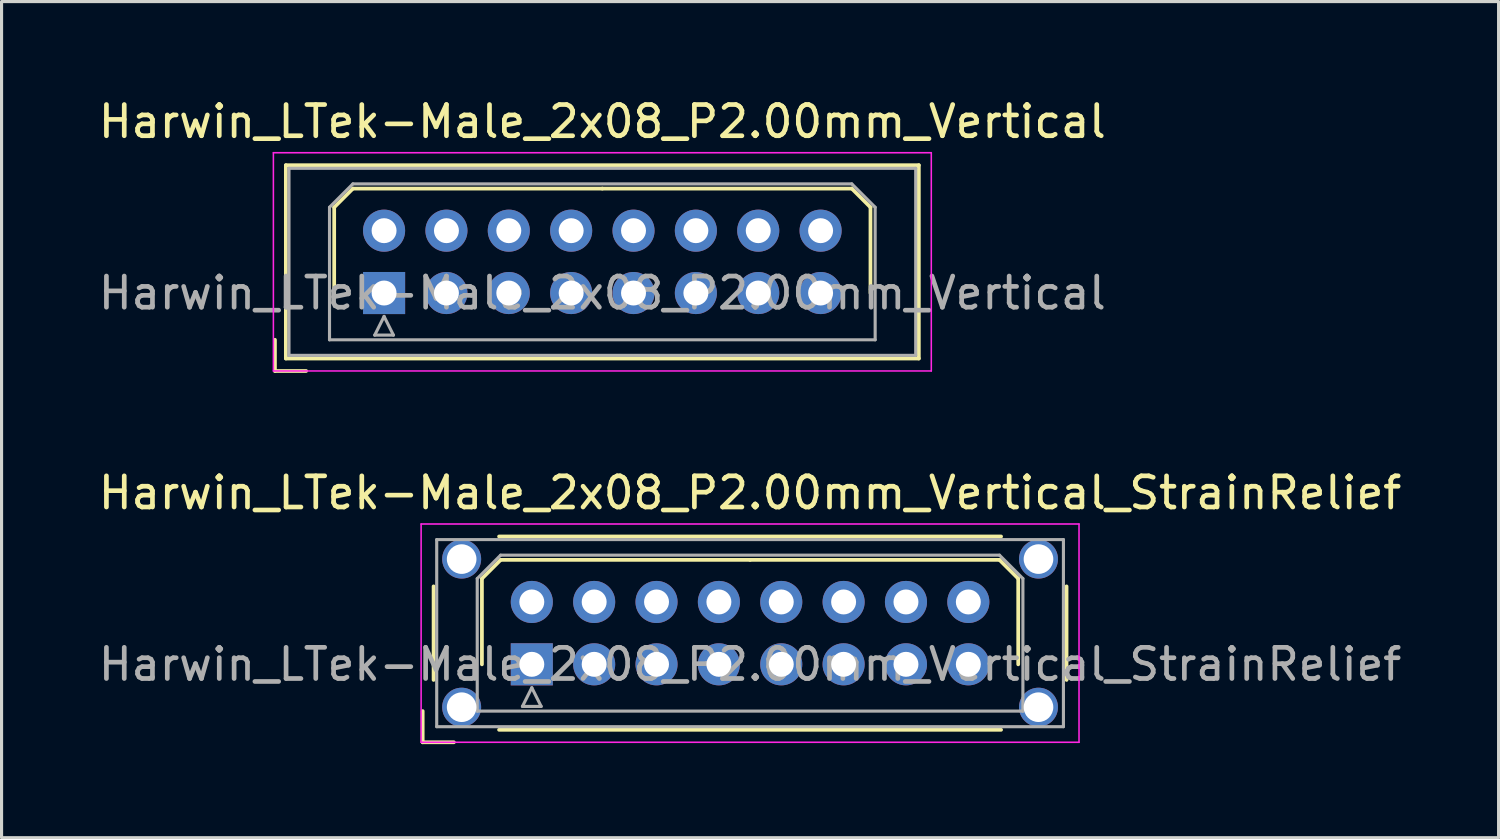
<source format=kicad_pcb>
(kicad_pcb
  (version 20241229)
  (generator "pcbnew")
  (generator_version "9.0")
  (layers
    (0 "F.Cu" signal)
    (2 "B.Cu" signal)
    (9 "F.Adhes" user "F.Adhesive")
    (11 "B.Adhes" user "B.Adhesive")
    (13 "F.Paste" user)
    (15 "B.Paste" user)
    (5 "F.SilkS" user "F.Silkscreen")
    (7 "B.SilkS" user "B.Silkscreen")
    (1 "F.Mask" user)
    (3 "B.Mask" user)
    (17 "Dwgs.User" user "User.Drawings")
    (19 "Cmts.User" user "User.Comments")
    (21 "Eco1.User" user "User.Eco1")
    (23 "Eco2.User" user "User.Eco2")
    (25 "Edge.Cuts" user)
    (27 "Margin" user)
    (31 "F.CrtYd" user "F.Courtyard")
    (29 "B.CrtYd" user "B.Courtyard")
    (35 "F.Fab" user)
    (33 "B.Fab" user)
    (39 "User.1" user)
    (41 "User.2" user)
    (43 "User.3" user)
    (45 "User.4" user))
  (footprint "Harwin_LTek-Male_2x08_P2.00mm_Vertical_StrainRelief"
    (layer "F.Cu")
    (at 14.006 18.256)
    (property "Reference" "Harwin_LTek-Male_2x08_P2.00mm_Vertical_StrainRelief" (at 7 -5.5 0) (layer "F.SilkS") (effects (font (size 1 1) (thickness 0.15))))
    (attr through_hole)
    (fp_line (start -3.5 1.5) (end -3.5 2.5) (stroke (width 0.12) (type solid)) (layer "F.SilkS"))
    (fp_line (start -3.5 2.5) (end -2.5 2.5) (stroke (width 0.12) (type solid)) (layer "F.SilkS"))
    (fp_line (start -3.15 -2.5) (end -3.15 0.5) (stroke (width 0.12) (type solid)) (layer "F.SilkS"))
    (fp_line (start -1.6 -2.75) (end -1 -3.35) (stroke (width 0.12) (type solid)) (layer "F.SilkS"))
    (fp_line (start -1.6 0) (end -1.6 -2.75) (stroke (width 0.12) (type solid)) (layer "F.SilkS"))
    (fp_line (start -1.05 -4.1) (end 15.05 -4.1) (stroke (width 0.12) (type solid)) (layer "F.SilkS"))
    (fp_line (start -1.05 2.1) (end 15.05 2.1) (stroke (width 0.12) (type solid)) (layer "F.SilkS"))
    (fp_line (start -1 -3.35) (end 7 -3.35) (stroke (width 0.12) (type solid)) (layer "F.SilkS"))
    (fp_line (start 15 -3.35) (end 7 -3.35) (stroke (width 0.12) (type solid)) (layer "F.SilkS"))
    (fp_line (start 15.6 -2.75) (end 15 -3.35) (stroke (width 0.12) (type solid)) (layer "F.SilkS"))
    (fp_line (start 15.6 0) (end 15.6 -2.75) (stroke (width 0.12) (type solid)) (layer "F.SilkS"))
    (fp_line (start 17.15 -2.5) (end 17.15 0.5) (stroke (width 0.12) (type solid)) (layer "F.SilkS"))
    (fp_line (start -3.55 -4.5) (end -3.55 2.5) (stroke (width 0.05) (type solid)) (layer "F.CrtYd"))
    (fp_line (start -3.55 2.5) (end 17.55 2.5) (stroke (width 0.05) (type solid)) (layer "F.CrtYd"))
    (fp_line (start 17.55 -4.5) (end -3.55 -4.5) (stroke (width 0.05) (type solid)) (layer "F.CrtYd"))
    (fp_line (start 17.55 2.5) (end 17.55 -4.5) (stroke (width 0.05) (type solid)) (layer "F.CrtYd"))
    (fp_line (start -3.05 -4) (end -3.05 2) (stroke (width 0.1) (type solid)) (layer "F.Fab"))
    (fp_line (start -3.05 2) (end 17.05 2) (stroke (width 0.1) (type solid)) (layer "F.Fab"))
    (fp_line (start -1.75 -2.75) (end -1 -3.5) (stroke (width 0.1) (type solid)) (layer "F.Fab"))
    (fp_line (start -1.75 1.5) (end -1.75 -2.75) (stroke (width 0.1) (type solid)) (layer "F.Fab"))
    (fp_line (start -1 -3.5) (end 15 -3.5) (stroke (width 0.1) (type solid)) (layer "F.Fab"))
    (fp_line (start -0.3 1.35) (end 0.3 1.35) (stroke (width 0.1) (type solid)) (layer "F.Fab"))
    (fp_line (start 0 0.75) (end -0.3 1.35) (stroke (width 0.1) (type solid)) (layer "F.Fab"))
    (fp_line (start 0.3 1.35) (end 0 0.75) (stroke (width 0.1) (type solid)) (layer "F.Fab"))
    (fp_line (start 15 -3.5) (end 15.75 -2.75) (stroke (width 0.1) (type solid)) (layer "F.Fab"))
    (fp_line (start 15.75 -2.75) (end 15.75 1.5) (stroke (width 0.1) (type solid)) (layer "F.Fab"))
    (fp_line (start 15.75 1.5) (end -1.75 1.5) (stroke (width 0.1) (type solid)) (layer "F.Fab"))
    (fp_line (start 17.05 -4) (end -3.05 -4) (stroke (width 0.1) (type solid)) (layer "F.Fab"))
    (fp_line (start 17.05 2) (end 17.05 -4) (stroke (width 0.1) (type solid)) (layer "F.Fab"))
    (fp_text user "${REFERENCE}" (at 7 0 0) (layer "F.Fab") (effects (font (size 1 1) (thickness 0.15))))
    (pad "" thru_hole circle (at -2.25 -3.375) (size 1.25 1.25) (drill 0.95) (layers "*.Cu" "*.Mask"))
    (pad "" thru_hole circle (at -2.25 1.375) (size 1.25 1.25) (drill 0.95) (layers "*.Cu" "*.Mask"))
    (pad "" thru_hole circle (at 16.25 -3.375) (size 1.25 1.25) (drill 0.95) (layers "*.Cu" "*.Mask"))
    (pad "" thru_hole circle (at 16.25 1.375) (size 1.25 1.25) (drill 0.95) (layers "*.Cu" "*.Mask"))
    (pad "1" thru_hole rect (at 0 0) (size 1.35 1.35) (drill 0.8) (layers "*.Cu" "*.Mask"))
    (pad "2" thru_hole circle (at 0 -2) (size 1.35 1.35) (drill 0.8) (layers "*.Cu" "*.Mask"))
    (pad "3" thru_hole circle (at 2 0) (size 1.35 1.35) (drill 0.8) (layers "*.Cu" "*.Mask"))
    (pad "4" thru_hole circle (at 2 -2) (size 1.35 1.35) (drill 0.8) (layers "*.Cu" "*.Mask"))
    (pad "5" thru_hole circle (at 4 0) (size 1.35 1.35) (drill 0.8) (layers "*.Cu" "*.Mask"))
    (pad "6" thru_hole circle (at 4 -2) (size 1.35 1.35) (drill 0.8) (layers "*.Cu" "*.Mask"))
    (pad "7" thru_hole circle (at 6 0) (size 1.35 1.35) (drill 0.8) (layers "*.Cu" "*.Mask"))
    (pad "8" thru_hole circle (at 6 -2) (size 1.35 1.35) (drill 0.8) (layers "*.Cu" "*.Mask"))
    (pad "9" thru_hole circle (at 8 0) (size 1.35 1.35) (drill 0.8) (layers "*.Cu" "*.Mask"))
    (pad "10" thru_hole circle (at 8 -2) (size 1.35 1.35) (drill 0.8) (layers "*.Cu" "*.Mask"))
    (pad "11" thru_hole circle (at 10 0) (size 1.35 1.35) (drill 0.8) (layers "*.Cu" "*.Mask"))
    (pad "12" thru_hole circle (at 10 -2) (size 1.35 1.35) (drill 0.8) (layers "*.Cu" "*.Mask"))
    (pad "13" thru_hole circle (at 12 0) (size 1.35 1.35) (drill 0.8) (layers "*.Cu" "*.Mask"))
    (pad "14" thru_hole circle (at 12 -2) (size 1.35 1.35) (drill 0.8) (layers "*.Cu" "*.Mask"))
    (pad "15" thru_hole circle (at 14 0) (size 1.35 1.35) (drill 0.8) (layers "*.Cu" "*.Mask"))
    (pad "16" thru_hole circle (at 14 -2) (size 1.35 1.35) (drill 0.8) (layers "*.Cu" "*.Mask")))
  (footprint "Harwin_LTek-Male_2x08_P2.00mm_Vertical"
    (layer "F.Cu")
    (at 9.268 6.348)
    (property "Reference" "Harwin_LTek-Male_2x08_P2.00mm_Vertical" (at 7 -5.5 0) (layer "F.SilkS") (effects (font (size 1 1) (thickness 0.15))))
    (attr through_hole)
    (fp_line (start -3.5 1.5) (end -3.5 2.5) (stroke (width 0.12) (type solid)) (layer "F.SilkS"))
    (fp_line (start -3.5 2.5) (end -2.5 2.5) (stroke (width 0.12) (type solid)) (layer "F.SilkS"))
    (fp_line (start -3.15 -4.1) (end -3.15 2.1) (stroke (width 0.12) (type solid)) (layer "F.SilkS"))
    (fp_line (start -3.15 2.1) (end 17.15 2.1) (stroke (width 0.12) (type solid)) (layer "F.SilkS"))
    (fp_line (start -1.6 -2.75) (end -1 -3.35) (stroke (width 0.12) (type solid)) (layer "F.SilkS"))
    (fp_line (start -1.6 0) (end -1.6 -2.75) (stroke (width 0.12) (type solid)) (layer "F.SilkS"))
    (fp_line (start -1 -3.35) (end 7 -3.35) (stroke (width 0.12) (type solid)) (layer "F.SilkS"))
    (fp_line (start 15 -3.35) (end 7 -3.35) (stroke (width 0.12) (type solid)) (layer "F.SilkS"))
    (fp_line (start 15.6 -2.75) (end 15 -3.35) (stroke (width 0.12) (type solid)) (layer "F.SilkS"))
    (fp_line (start 15.6 0) (end 15.6 -2.75) (stroke (width 0.12) (type solid)) (layer "F.SilkS"))
    (fp_line (start 17.15 -4.1) (end -3.15 -4.1) (stroke (width 0.12) (type solid)) (layer "F.SilkS"))
    (fp_line (start 17.15 2.1) (end 17.15 -4.1) (stroke (width 0.12) (type solid)) (layer "F.SilkS"))
    (fp_line (start -3.55 -4.5) (end -3.55 2.5) (stroke (width 0.05) (type solid)) (layer "F.CrtYd"))
    (fp_line (start -3.55 2.5) (end 17.55 2.5) (stroke (width 0.05) (type solid)) (layer "F.CrtYd"))
    (fp_line (start 17.55 -4.5) (end -3.55 -4.5) (stroke (width 0.05) (type solid)) (layer "F.CrtYd"))
    (fp_line (start 17.55 2.5) (end 17.55 -4.5) (stroke (width 0.05) (type solid)) (layer "F.CrtYd"))
    (fp_line (start -3.05 -4) (end -3.05 2) (stroke (width 0.1) (type solid)) (layer "F.Fab"))
    (fp_line (start -3.05 2) (end 17.05 2) (stroke (width 0.1) (type solid)) (layer "F.Fab"))
    (fp_line (start -1.75 -2.75) (end -1 -3.5) (stroke (width 0.1) (type solid)) (layer "F.Fab"))
    (fp_line (start -1.75 1.5) (end -1.75 -2.75) (stroke (width 0.1) (type solid)) (layer "F.Fab"))
    (fp_line (start -1 -3.5) (end 15 -3.5) (stroke (width 0.1) (type solid)) (layer "F.Fab"))
    (fp_line (start -0.3 1.35) (end 0.3 1.35) (stroke (width 0.1) (type solid)) (layer "F.Fab"))
    (fp_line (start 0 0.75) (end -0.3 1.35) (stroke (width 0.1) (type solid)) (layer "F.Fab"))
    (fp_line (start 0.3 1.35) (end 0 0.75) (stroke (width 0.1) (type solid)) (layer "F.Fab"))
    (fp_line (start 15 -3.5) (end 15.75 -2.75) (stroke (width 0.1) (type solid)) (layer "F.Fab"))
    (fp_line (start 15.75 -2.75) (end 15.75 1.5) (stroke (width 0.1) (type solid)) (layer "F.Fab"))
    (fp_line (start 15.75 1.5) (end -1.75 1.5) (stroke (width 0.1) (type solid)) (layer "F.Fab"))
    (fp_line (start 17.05 -4) (end -3.05 -4) (stroke (width 0.1) (type solid)) (layer "F.Fab"))
    (fp_line (start 17.05 2) (end 17.05 -4) (stroke (width 0.1) (type solid)) (layer "F.Fab"))
    (fp_text user "${REFERENCE}" (at 7 0 0) (layer "F.Fab") (effects (font (size 1 1) (thickness 0.15))))
    (pad "1" thru_hole rect (at 0 0) (size 1.35 1.35) (drill 0.8) (layers "*.Cu" "*.Mask"))
    (pad "2" thru_hole circle (at 0 -2) (size 1.35 1.35) (drill 0.8) (layers "*.Cu" "*.Mask"))
    (pad "3" thru_hole circle (at 2 0) (size 1.35 1.35) (drill 0.8) (layers "*.Cu" "*.Mask"))
    (pad "4" thru_hole circle (at 2 -2) (size 1.35 1.35) (drill 0.8) (layers "*.Cu" "*.Mask"))
    (pad "5" thru_hole circle (at 4 0) (size 1.35 1.35) (drill 0.8) (layers "*.Cu" "*.Mask"))
    (pad "6" thru_hole circle (at 4 -2) (size 1.35 1.35) (drill 0.8) (layers "*.Cu" "*.Mask"))
    (pad "7" thru_hole circle (at 6 0) (size 1.35 1.35) (drill 0.8) (layers "*.Cu" "*.Mask"))
    (pad "8" thru_hole circle (at 6 -2) (size 1.35 1.35) (drill 0.8) (layers "*.Cu" "*.Mask"))
    (pad "9" thru_hole circle (at 8 0) (size 1.35 1.35) (drill 0.8) (layers "*.Cu" "*.Mask"))
    (pad "10" thru_hole circle (at 8 -2) (size 1.35 1.35) (drill 0.8) (layers "*.Cu" "*.Mask"))
    (pad "11" thru_hole circle (at 10 0) (size 1.35 1.35) (drill 0.8) (layers "*.Cu" "*.Mask"))
    (pad "12" thru_hole circle (at 10 -2) (size 1.35 1.35) (drill 0.8) (layers "*.Cu" "*.Mask"))
    (pad "13" thru_hole circle (at 12 0) (size 1.35 1.35) (drill 0.8) (layers "*.Cu" "*.Mask"))
    (pad "14" thru_hole circle (at 12 -2) (size 1.35 1.35) (drill 0.8) (layers "*.Cu" "*.Mask"))
    (pad "15" thru_hole circle (at 14 0) (size 1.35 1.35) (drill 0.8) (layers "*.Cu" "*.Mask"))
    (pad "16" thru_hole circle (at 14 -2) (size 1.35 1.35) (drill 0.8) (layers "*.Cu" "*.Mask")))
  (gr_rect
    (start -3 -3)
    (end 45.012 23.817)
    (stroke (width 0.1) (type default))
    (fill no)
    (layer "Edge.Cuts")))
</source>
